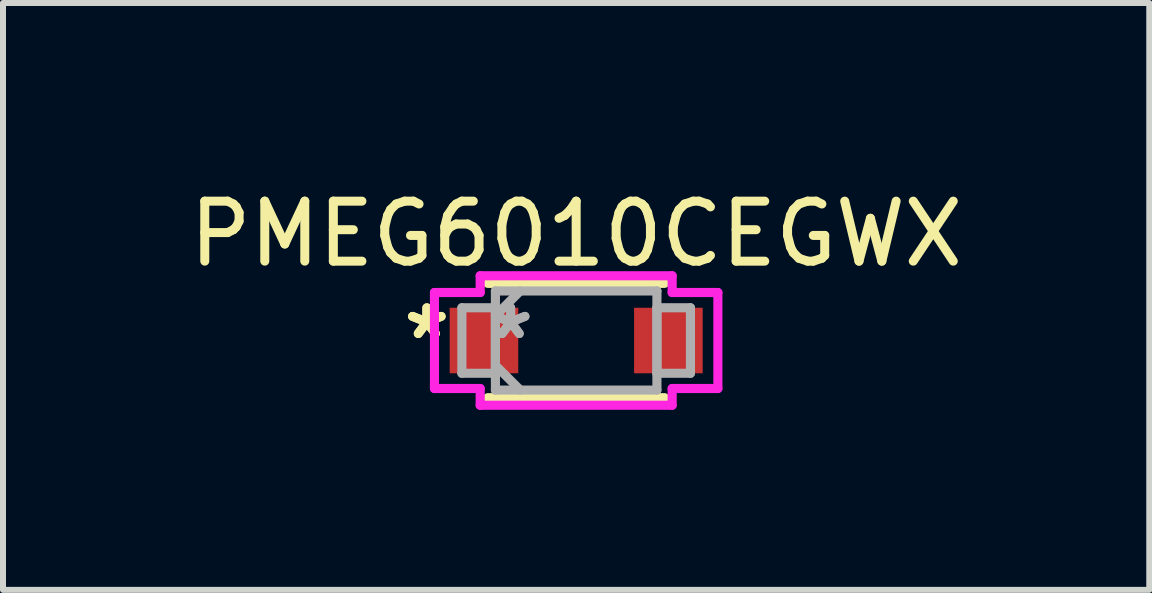
<source format=kicad_pcb>
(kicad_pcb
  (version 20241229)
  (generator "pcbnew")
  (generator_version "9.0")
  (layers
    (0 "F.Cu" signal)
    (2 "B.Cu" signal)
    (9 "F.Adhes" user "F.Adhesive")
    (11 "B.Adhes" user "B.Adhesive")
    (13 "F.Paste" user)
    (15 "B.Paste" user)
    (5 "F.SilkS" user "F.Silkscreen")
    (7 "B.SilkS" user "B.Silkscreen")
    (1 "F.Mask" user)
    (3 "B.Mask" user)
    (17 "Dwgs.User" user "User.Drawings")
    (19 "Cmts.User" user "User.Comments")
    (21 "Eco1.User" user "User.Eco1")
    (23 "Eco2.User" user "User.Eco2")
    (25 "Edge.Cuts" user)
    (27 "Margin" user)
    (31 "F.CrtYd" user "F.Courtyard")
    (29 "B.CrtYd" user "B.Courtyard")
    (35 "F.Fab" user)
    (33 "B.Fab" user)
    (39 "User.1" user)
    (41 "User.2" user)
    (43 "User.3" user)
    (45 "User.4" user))
  (footprint "PMEG6010CEGWX"
    (layer "F.Cu")
    (at 6.554 2.626)
    (property "Reference" "PMEG6010CEGWX" (at 0 -1.778 0) (layer "F.SilkS") (effects (font (size 1 1) (thickness 0.15))))
    (attr through_hole)
    (fp_line (start -1.473 0.953) (end 1.473 0.953) (stroke (width 0.152) (type solid)) (layer "F.SilkS"))
    (fp_line (start 1.473 -0.953) (end -1.473 -0.953) (stroke (width 0.152) (type solid)) (layer "F.SilkS"))
    (fp_line (start -2.362 -0.8) (end -1.6 -0.8) (stroke (width 0.152) (type solid)) (layer "F.CrtYd"))
    (fp_line (start -2.362 0.8) (end -2.362 -0.8) (stroke (width 0.152) (type solid)) (layer "F.CrtYd"))
    (fp_line (start -1.6 -1.079) (end 1.6 -1.079) (stroke (width 0.152) (type solid)) (layer "F.CrtYd"))
    (fp_line (start -1.6 -0.8) (end -1.6 -1.079) (stroke (width 0.152) (type solid)) (layer "F.CrtYd"))
    (fp_line (start -1.6 0.8) (end -2.362 0.8) (stroke (width 0.152) (type solid)) (layer "F.CrtYd"))
    (fp_line (start -1.6 1.079) (end -1.6 0.8) (stroke (width 0.152) (type solid)) (layer "F.CrtYd"))
    (fp_line (start 1.6 -1.079) (end 1.6 -0.8) (stroke (width 0.152) (type solid)) (layer "F.CrtYd"))
    (fp_line (start 1.6 -0.8) (end 2.362 -0.8) (stroke (width 0.152) (type solid)) (layer "F.CrtYd"))
    (fp_line (start 1.6 0.8) (end 1.6 1.079) (stroke (width 0.152) (type solid)) (layer "F.CrtYd"))
    (fp_line (start 1.6 1.079) (end -1.6 1.079) (stroke (width 0.152) (type solid)) (layer "F.CrtYd"))
    (fp_line (start 2.362 -0.8) (end 2.362 0.8) (stroke (width 0.152) (type solid)) (layer "F.CrtYd"))
    (fp_line (start 2.362 0.8) (end 1.6 0.8) (stroke (width 0.152) (type solid)) (layer "F.CrtYd"))
    (fp_line (start -1.905 -0.546) (end -1.905 0.546) (stroke (width 0.152) (type solid)) (layer "F.Fab"))
    (fp_line (start -1.905 0.546) (end -1.346 0.546) (stroke (width 0.152) (type solid)) (layer "F.Fab"))
    (fp_line (start -1.346 -0.826) (end -1.346 0.826) (stroke (width 0.152) (type solid)) (layer "F.Fab"))
    (fp_line (start -1.346 -0.546) (end -1.905 -0.546) (stroke (width 0.152) (type solid)) (layer "F.Fab"))
    (fp_line (start -1.346 -0.413) (end -0.933 -0.826) (stroke (width 0.152) (type solid)) (layer "F.Fab"))
    (fp_line (start -1.346 0.413) (end -0.933 0.826) (stroke (width 0.152) (type solid)) (layer "F.Fab"))
    (fp_line (start -1.346 0.546) (end -1.346 -0.546) (stroke (width 0.152) (type solid)) (layer "F.Fab"))
    (fp_line (start -1.346 0.826) (end 1.346 0.826) (stroke (width 0.152) (type solid)) (layer "F.Fab"))
    (fp_line (start 1.346 -0.826) (end -1.346 -0.826) (stroke (width 0.152) (type solid)) (layer "F.Fab"))
    (fp_line (start 1.346 -0.546) (end 1.346 0.546) (stroke (width 0.152) (type solid)) (layer "F.Fab"))
    (fp_line (start 1.346 0.546) (end 1.905 0.546) (stroke (width 0.152) (type solid)) (layer "F.Fab"))
    (fp_line (start 1.346 0.826) (end 1.346 -0.826) (stroke (width 0.152) (type solid)) (layer "F.Fab"))
    (fp_line (start 1.905 -0.546) (end 1.346 -0.546) (stroke (width 0.152) (type solid)) (layer "F.Fab"))
    (fp_line (start 1.905 0.546) (end 1.905 -0.546) (stroke (width 0.152) (type solid)) (layer "F.Fab"))
    (fp_text user "*" (at -2.489 0 0) (layer "F.SilkS") (effects (font (size 1 1) (thickness 0.15))))
    (fp_text user "*" (at -2.489 0 0) (layer "F.SilkS") (effects (font (size 1 1) (thickness 0.15))))
    (fp_text user "*" (at -1.092 0 0) (layer "F.Fab") (effects (font (size 1 1) (thickness 0.15))))
    (fp_text user "*" (at -1.092 0 0) (layer "F.Fab") (effects (font (size 1 1) (thickness 0.15))))
    (pad "1" smd rect (at -1.537 0) (size 1.143 1.092) (layers "F.Cu" "F.Mask" "F.Paste"))
    (pad "2" smd rect (at 1.537 0) (size 1.143 1.092) (layers "F.Cu" "F.Mask" "F.Paste")))
  (gr_rect
    (start -3 -3)
    (end 16.107 6.782)
    (stroke (width 0.1) (type default))
    (fill no)
    (layer "Edge.Cuts")))
</source>
